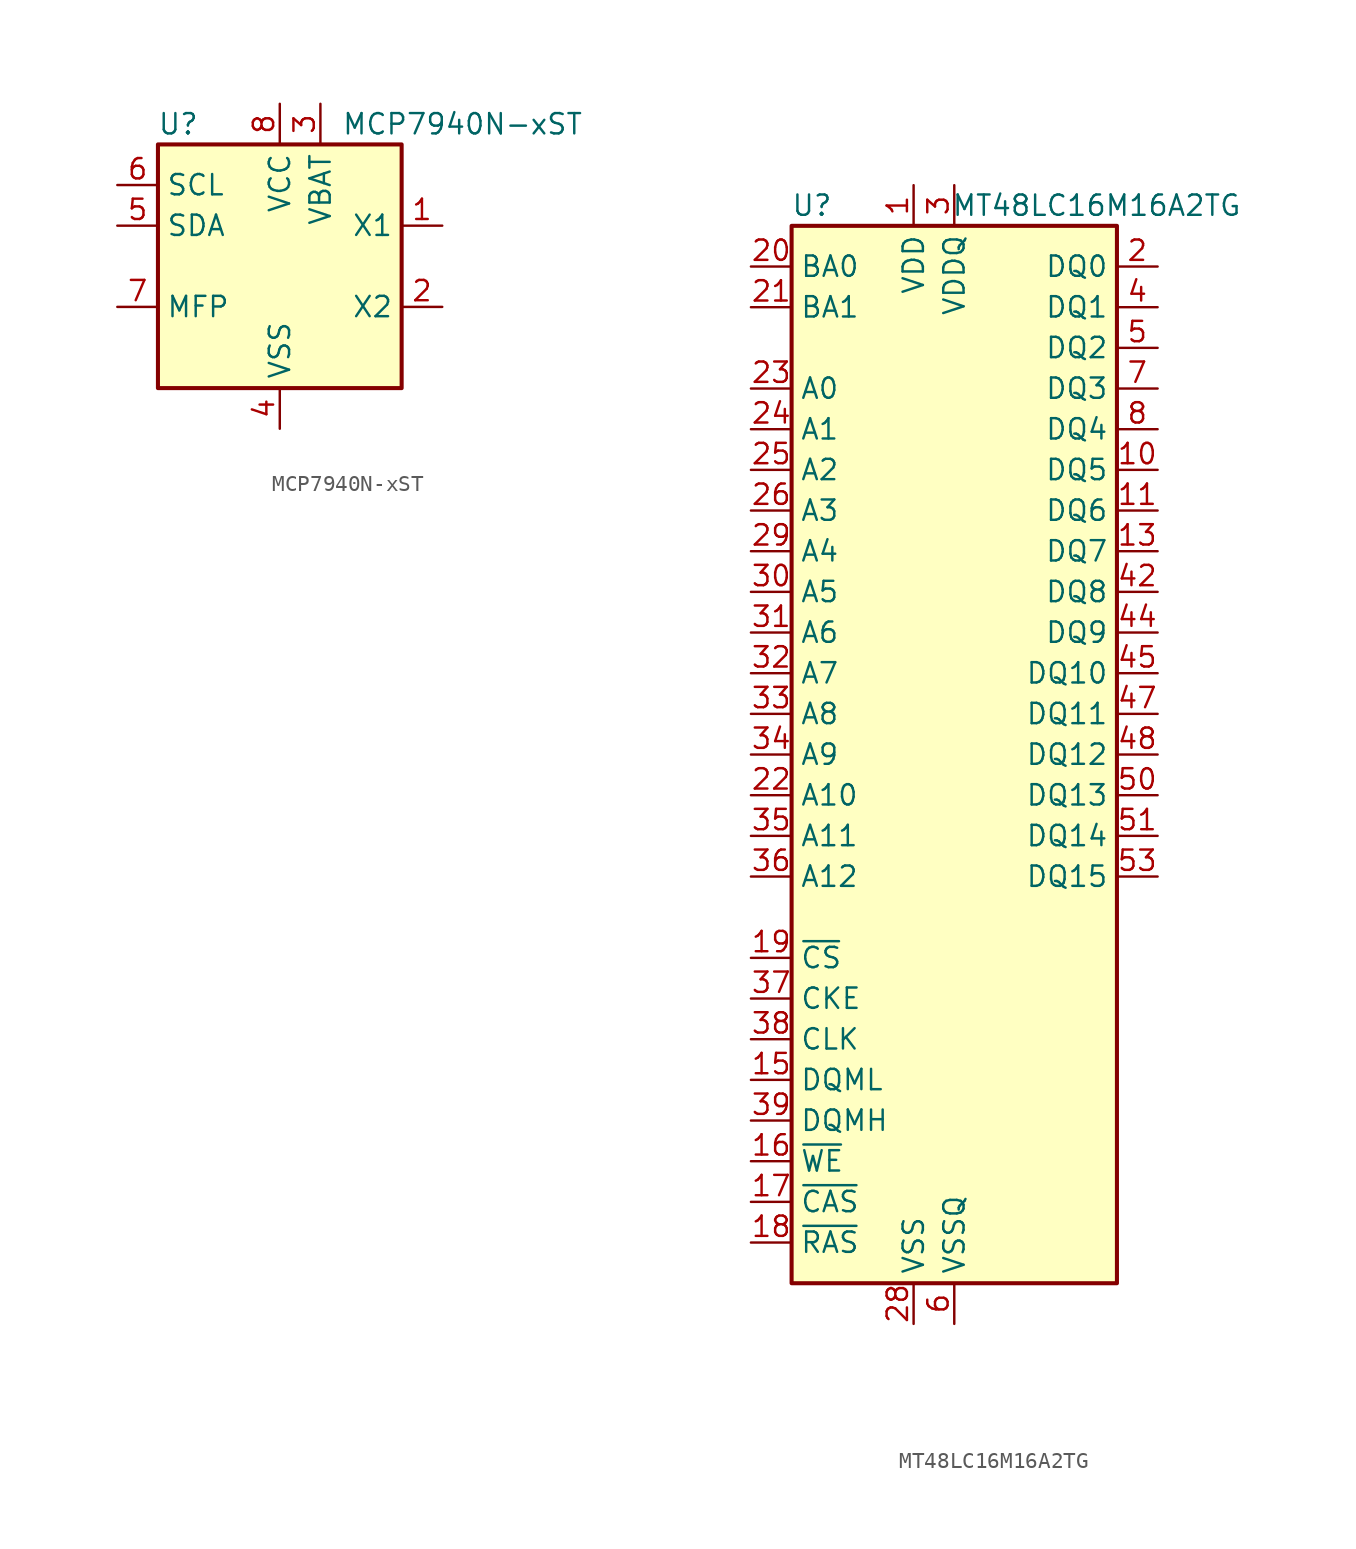
<source format=kicad_sym>
(kicad_symbol_lib
  (version 20231120)
  (generator "kicad_symbol_editor")
  (generator_version "8.0")
  (symbol "MCP7940N-xST"
    (property "Reference" "U"
      (at -6.35 8.89 0)
      (effects (font (size 1.27 1.27))))
    (property "Value" "MCP7940N-xST"
      (at 11.43 8.89 0)
      (effects (font (size 1.27 1.27))))
    (symbol "MCP7940N-xST_0_1"
      (rectangle (start -7.62 7.62) (end 7.62 -7.62) (stroke (width 0.254) (type default)) (fill (type background))))
    (symbol "MCP7940N-xST_1_1"
      (pin input line (at 10.16 2.54 180) (length 2.54) (name "X1" (effects (font (size 1.27 1.27)))) (number "1" (effects (font (size 1.27 1.27)))))
      (pin output line (at 10.16 -2.54 180) (length 2.54) (name "X2" (effects (font (size 1.27 1.27)))) (number "2" (effects (font (size 1.27 1.27)))))
      (pin power_in line (at 2.54 10.16 270) (length 2.54) (name "VBAT" (effects (font (size 1.27 1.27)))) (number "3" (effects (font (size 1.27 1.27)))))
      (pin power_in line (at 0 -10.16 90) (length 2.54) (name "VSS" (effects (font (size 1.27 1.27)))) (number "4" (effects (font (size 1.27 1.27)))))
      (pin bidirectional line (at -10.16 2.54 0) (length 2.54) (name "SDA" (effects (font (size 1.27 1.27)))) (number "5" (effects (font (size 1.27 1.27)))))
      (pin input line (at -10.16 5.08 0) (length 2.54) (name "SCL" (effects (font (size 1.27 1.27)))) (number "6" (effects (font (size 1.27 1.27)))))
      (pin open_collector line (at -10.16 -2.54 0) (length 2.54) (name "MFP" (effects (font (size 1.27 1.27)))) (number "7" (effects (font (size 1.27 1.27)))))
      (pin power_in line (at 0 10.16 270) (length 2.54) (name "VCC" (effects (font (size 1.27 1.27)))) (number "8" (effects (font (size 1.27 1.27)))))))
  (symbol "MT48LC16M16A2TG"
    (property "Reference" "U"
      (at -8.89 34.29 0)
      (effects (font (size 1.27 1.27))))
    (property "Value" "MT48LC16M16A2TG"
      (at 8.89 34.29 0)
      (effects (font (size 1.27 1.27))))
    (symbol "MT48LC16M16A2TG_0_1"
      (rectangle (start -10.16 33.02) (end 10.16 -33.02) (stroke (width 0.254) (type default)) (fill (type background))))
    (symbol "MT48LC16M16A2TG_1_1"
      (pin power_in line (at -2.54 35.56 270) (length 2.54) (name "VDD" (effects (font (size 1.27 1.27)))) (number "1" (effects (font (size 1.27 1.27)))))
      (pin bidirectional line (at 12.7 17.78 180) (length 2.54) (name "DQ5" (effects (font (size 1.27 1.27)))) (number "10" (effects (font (size 1.27 1.27)))))
      (pin bidirectional line (at 12.7 15.24 180) (length 2.54) (name "DQ6" (effects (font (size 1.27 1.27)))) (number "11" (effects (font (size 1.27 1.27)))))
      (pin passive line (at 0 -35.56 90) (length 2.54) hide (name "VSSQ" (effects (font (size 1.27 1.27)))) (number "12" (effects (font (size 1.27 1.27)))))
      (pin bidirectional line (at 12.7 12.7 180) (length 2.54) (name "DQ7" (effects (font (size 1.27 1.27)))) (number "13" (effects (font (size 1.27 1.27)))))
      (pin passive line (at -2.54 35.56 270) (length 2.54) hide (name "VDD" (effects (font (size 1.27 1.27)))) (number "14" (effects (font (size 1.27 1.27)))))
      (pin input line (at -12.7 -20.32 0) (length 2.54) (name "DQML" (effects (font (size 1.27 1.27)))) (number "15" (effects (font (size 1.27 1.27)))))
      (pin input line (at -12.7 -25.4 0) (length 2.54) (name "~{WE}" (effects (font (size 1.27 1.27)))) (number "16" (effects (font (size 1.27 1.27)))))
      (pin input line (at -12.7 -27.94 0) (length 2.54) (name "~{CAS}" (effects (font (size 1.27 1.27)))) (number "17" (effects (font (size 1.27 1.27)))))
      (pin input line (at -12.7 -30.48 0) (length 2.54) (name "~{RAS}" (effects (font (size 1.27 1.27)))) (number "18" (effects (font (size 1.27 1.27)))))
      (pin input line (at -12.7 -12.7 0) (length 2.54) (name "~{CS}" (effects (font (size 1.27 1.27)))) (number "19" (effects (font (size 1.27 1.27)))))
      (pin bidirectional line (at 12.7 30.48 180) (length 2.54) (name "DQ0" (effects (font (size 1.27 1.27)))) (number "2" (effects (font (size 1.27 1.27)))))
      (pin input line (at -12.7 30.48 0) (length 2.54) (name "BA0" (effects (font (size 1.27 1.27)))) (number "20" (effects (font (size 1.27 1.27)))))
      (pin input line (at -12.7 27.94 0) (length 2.54) (name "BA1" (effects (font (size 1.27 1.27)))) (number "21" (effects (font (size 1.27 1.27)))))
      (pin input line (at -12.7 -2.54 0) (length 2.54) (name "A10" (effects (font (size 1.27 1.27)))) (number "22" (effects (font (size 1.27 1.27)))))
      (pin input line (at -12.7 22.86 0) (length 2.54) (name "A0" (effects (font (size 1.27 1.27)))) (number "23" (effects (font (size 1.27 1.27)))))
      (pin input line (at -12.7 20.32 0) (length 2.54) (name "A1" (effects (font (size 1.27 1.27)))) (number "24" (effects (font (size 1.27 1.27)))))
      (pin input line (at -12.7 17.78 0) (length 2.54) (name "A2" (effects (font (size 1.27 1.27)))) (number "25" (effects (font (size 1.27 1.27)))))
      (pin input line (at -12.7 15.24 0) (length 2.54) (name "A3" (effects (font (size 1.27 1.27)))) (number "26" (effects (font (size 1.27 1.27)))))
      (pin passive line (at -2.54 35.56 270) (length 2.54) hide (name "VDD" (effects (font (size 1.27 1.27)))) (number "27" (effects (font (size 1.27 1.27)))))
      (pin power_in line (at -2.54 -35.56 90) (length 2.54) (name "VSS" (effects (font (size 1.27 1.27)))) (number "28" (effects (font (size 1.27 1.27)))))
      (pin input line (at -12.7 12.7 0) (length 2.54) (name "A4" (effects (font (size 1.27 1.27)))) (number "29" (effects (font (size 1.27 1.27)))))
      (pin power_in line (at 0 35.56 270) (length 2.54) (name "VDDQ" (effects (font (size 1.27 1.27)))) (number "3" (effects (font (size 1.27 1.27)))))
      (pin input line (at -12.7 10.16 0) (length 2.54) (name "A5" (effects (font (size 1.27 1.27)))) (number "30" (effects (font (size 1.27 1.27)))))
      (pin input line (at -12.7 7.62 0) (length 2.54) (name "A6" (effects (font (size 1.27 1.27)))) (number "31" (effects (font (size 1.27 1.27)))))
      (pin input line (at -12.7 5.08 0) (length 2.54) (name "A7" (effects (font (size 1.27 1.27)))) (number "32" (effects (font (size 1.27 1.27)))))
      (pin input line (at -12.7 2.54 0) (length 2.54) (name "A8" (effects (font (size 1.27 1.27)))) (number "33" (effects (font (size 1.27 1.27)))))
      (pin input line (at -12.7 0 0) (length 2.54) (name "A9" (effects (font (size 1.27 1.27)))) (number "34" (effects (font (size 1.27 1.27)))))
      (pin input line (at -12.7 -5.08 0) (length 2.54) (name "A11" (effects (font (size 1.27 1.27)))) (number "35" (effects (font (size 1.27 1.27)))))
      (pin input line (at -12.7 -7.62 0) (length 2.54) (name "A12" (effects (font (size 1.27 1.27)))) (number "36" (effects (font (size 1.27 1.27)))))
      (pin input line (at -12.7 -15.24 0) (length 2.54) (name "CKE" (effects (font (size 1.27 1.27)))) (number "37" (effects (font (size 1.27 1.27)))))
      (pin input line (at -12.7 -17.78 0) (length 2.54) (name "CLK" (effects (font (size 1.27 1.27)))) (number "38" (effects (font (size 1.27 1.27)))))
      (pin input line (at -12.7 -22.86 0) (length 2.54) (name "DQMH" (effects (font (size 1.27 1.27)))) (number "39" (effects (font (size 1.27 1.27)))))
      (pin bidirectional line (at 12.7 27.94 180) (length 2.54) (name "DQ1" (effects (font (size 1.27 1.27)))) (number "4" (effects (font (size 1.27 1.27)))))
      (pin no_connect line (at 10.16 -20.32 180) (length 2.54) hide (name "NC" (effects (font (size 1.27 1.27)))) (number "40" (effects (font (size 1.27 1.27)))))
      (pin passive line (at -2.54 -35.56 90) (length 2.54) hide (name "VSS" (effects (font (size 1.27 1.27)))) (number "41" (effects (font (size 1.27 1.27)))))
      (pin bidirectional line (at 12.7 10.16 180) (length 2.54) (name "DQ8" (effects (font (size 1.27 1.27)))) (number "42" (effects (font (size 1.27 1.27)))))
      (pin passive line (at 0 35.56 270) (length 2.54) hide (name "VDDQ" (effects (font (size 1.27 1.27)))) (number "43" (effects (font (size 1.27 1.27)))))
      (pin bidirectional line (at 12.7 7.62 180) (length 2.54) (name "DQ9" (effects (font (size 1.27 1.27)))) (number "44" (effects (font (size 1.27 1.27)))))
      (pin bidirectional line (at 12.7 5.08 180) (length 2.54) (name "DQ10" (effects (font (size 1.27 1.27)))) (number "45" (effects (font (size 1.27 1.27)))))
      (pin passive line (at 0 -35.56 90) (length 2.54) hide (name "VSSQ" (effects (font (size 1.27 1.27)))) (number "46" (effects (font (size 1.27 1.27)))))
      (pin bidirectional line (at 12.7 2.54 180) (length 2.54) (name "DQ11" (effects (font (size 1.27 1.27)))) (number "47" (effects (font (size 1.27 1.27)))))
      (pin bidirectional line (at 12.7 0 180) (length 2.54) (name "DQ12" (effects (font (size 1.27 1.27)))) (number "48" (effects (font (size 1.27 1.27)))))
      (pin passive line (at 0 35.56 270) (length 2.54) hide (name "VDDQ" (effects (font (size 1.27 1.27)))) (number "49" (effects (font (size 1.27 1.27)))))
      (pin bidirectional line (at 12.7 25.4 180) (length 2.54) (name "DQ2" (effects (font (size 1.27 1.27)))) (number "5" (effects (font (size 1.27 1.27)))))
      (pin bidirectional line (at 12.7 -2.54 180) (length 2.54) (name "DQ13" (effects (font (size 1.27 1.27)))) (number "50" (effects (font (size 1.27 1.27)))))
      (pin bidirectional line (at 12.7 -5.08 180) (length 2.54) (name "DQ14" (effects (font (size 1.27 1.27)))) (number "51" (effects (font (size 1.27 1.27)))))
      (pin passive line (at 0 -35.56 90) (length 2.54) hide (name "VSSQ" (effects (font (size 1.27 1.27)))) (number "52" (effects (font (size 1.27 1.27)))))
      (pin bidirectional line (at 12.7 -7.62 180) (length 2.54) (name "DQ15" (effects (font (size 1.27 1.27)))) (number "53" (effects (font (size 1.27 1.27)))))
      (pin passive line (at -2.54 -35.56 90) (length 2.54) hide (name "VSS" (effects (font (size 1.27 1.27)))) (number "54" (effects (font (size 1.27 1.27)))))
      (pin power_in line (at 0 -35.56 90) (length 2.54) (name "VSSQ" (effects (font (size 1.27 1.27)))) (number "6" (effects (font (size 1.27 1.27)))))
      (pin bidirectional line (at 12.7 22.86 180) (length 2.54) (name "DQ3" (effects (font (size 1.27 1.27)))) (number "7" (effects (font (size 1.27 1.27)))))
      (pin bidirectional line (at 12.7 20.32 180) (length 2.54) (name "DQ4" (effects (font (size 1.27 1.27)))) (number "8" (effects (font (size 1.27 1.27)))))
      (pin passive line (at 0 35.56 270) (length 2.54) hide (name "VDDQ" (effects (font (size 1.27 1.27)))) (number "9" (effects (font (size 1.27 1.27))))))))
</source>
